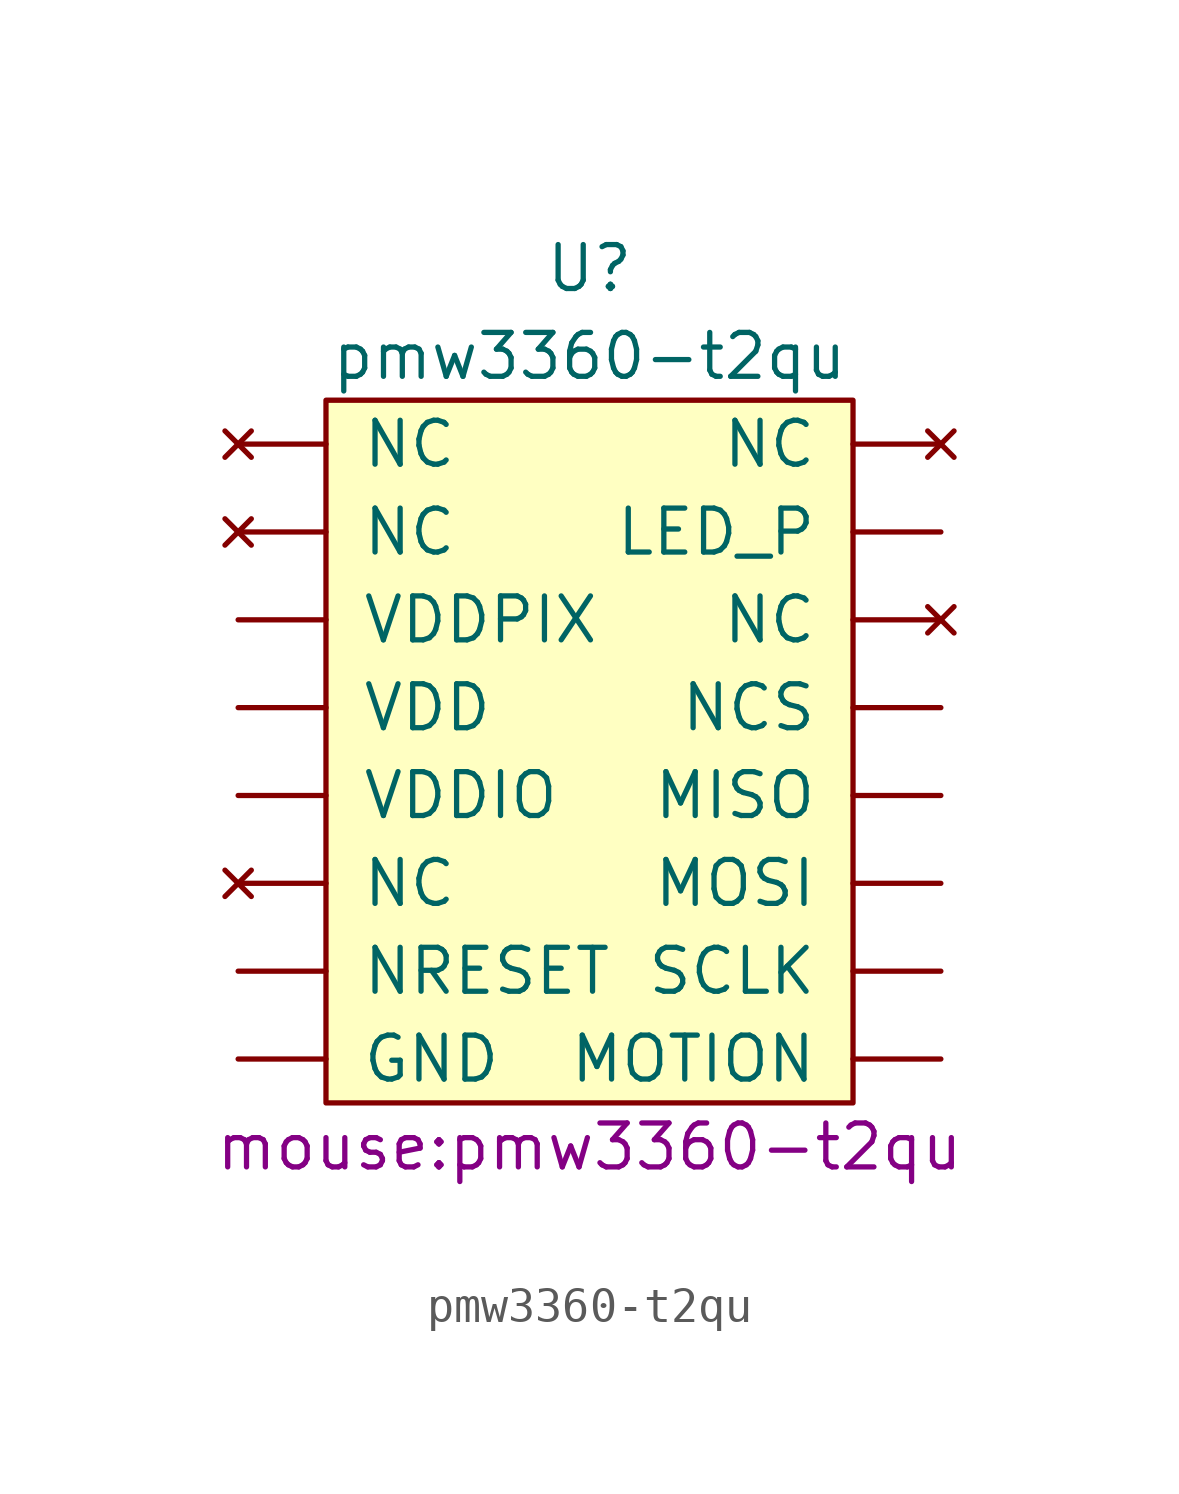
<source format=kicad_sym>
(kicad_symbol_lib
  (version 20211014)
  (generator kicad_symbol_editor)
  (symbol "pmw3360-t2qu"
    (pin_names
      (offset 1.016))
    (property "Reference" "U"
      (at 0 13.97 0)
      (effects (font (size 1.27 1.27))))
    (property "Value" "pmw3360-t2qu"
      (at 0 11.43 0)
      (effects (font (size 1.27 1.27))))
    (property "Footprint" "mouse:pmw3360-t2qu"
      (at 0 -11.43 0)
      (effects (font (size 1.27 1.27))))
    (symbol "pmw3360-t2qu_0_1"
      (rectangle (start -7.62 10.16) (end 7.62 -10.16) (stroke (width 0) (type default) (color 0 0 0 0)) (fill (type background))))
    (symbol "pmw3360-t2qu_1_1"
      (pin power_in line (at -10.16 -8.89 0) (length 2.54) (name "GND" (effects (font (size 1.27 1.27)))) (number "~" (effects (font (size 1.27 1.27)))))
      (pin power_in line (at 10.16 6.35 180) (length 2.54) (name "LED_P" (effects (font (size 1.27 1.27)))) (number "~" (effects (font (size 1.27 1.27)))))
      (pin output line (at 10.16 -1.27 180) (length 2.54) (name "MISO" (effects (font (size 1.27 1.27)))) (number "~" (effects (font (size 1.27 1.27)))))
      (pin input line (at 10.16 -3.81 180) (length 2.54) (name "MOSI" (effects (font (size 1.27 1.27)))) (number "~" (effects (font (size 1.27 1.27)))))
      (pin output line (at 10.16 -8.89 180) (length 2.54) (name "MOTION" (effects (font (size 1.27 1.27)))) (number "~" (effects (font (size 1.27 1.27)))))
      (pin no_connect line (at -10.16 -3.81 0) (length 2.54) (name "NC" (effects (font (size 1.27 1.27)))) (number "~" (effects (font (size 1.27 1.27)))))
      (pin no_connect line (at -10.16 6.35 0) (length 2.54) (name "NC" (effects (font (size 1.27 1.27)))) (number "~" (effects (font (size 1.27 1.27)))))
      (pin no_connect line (at -10.16 8.89 0) (length 2.54) (name "NC" (effects (font (size 1.27 1.27)))) (number "~" (effects (font (size 1.27 1.27)))))
      (pin no_connect line (at 10.16 3.81 180) (length 2.54) (name "NC" (effects (font (size 1.27 1.27)))) (number "~" (effects (font (size 1.27 1.27)))))
      (pin no_connect line (at 10.16 8.89 180) (length 2.54) (name "NC" (effects (font (size 1.27 1.27)))) (number "~" (effects (font (size 1.27 1.27)))))
      (pin input line (at 10.16 1.27 180) (length 2.54) (name "NCS" (effects (font (size 1.27 1.27)))) (number "~" (effects (font (size 1.27 1.27)))))
      (pin input line (at -10.16 -6.35 0) (length 2.54) (name "NRESET" (effects (font (size 1.27 1.27)))) (number "~" (effects (font (size 1.27 1.27)))))
      (pin input line (at 10.16 -6.35 180) (length 2.54) (name "SCLK" (effects (font (size 1.27 1.27)))) (number "~" (effects (font (size 1.27 1.27)))))
      (pin power_in line (at -10.16 1.27 0) (length 2.54) (name "VDD" (effects (font (size 1.27 1.27)))) (number "~" (effects (font (size 1.27 1.27)))))
      (pin power_in line (at -10.16 -1.27 0) (length 2.54) (name "VDDIO" (effects (font (size 1.27 1.27)))) (number "~" (effects (font (size 1.27 1.27)))))
      (pin power_out line (at -10.16 3.81 0) (length 2.54) (name "VDDPIX" (effects (font (size 1.27 1.27)))) (number "~" (effects (font (size 1.27 1.27))))))))
</source>
